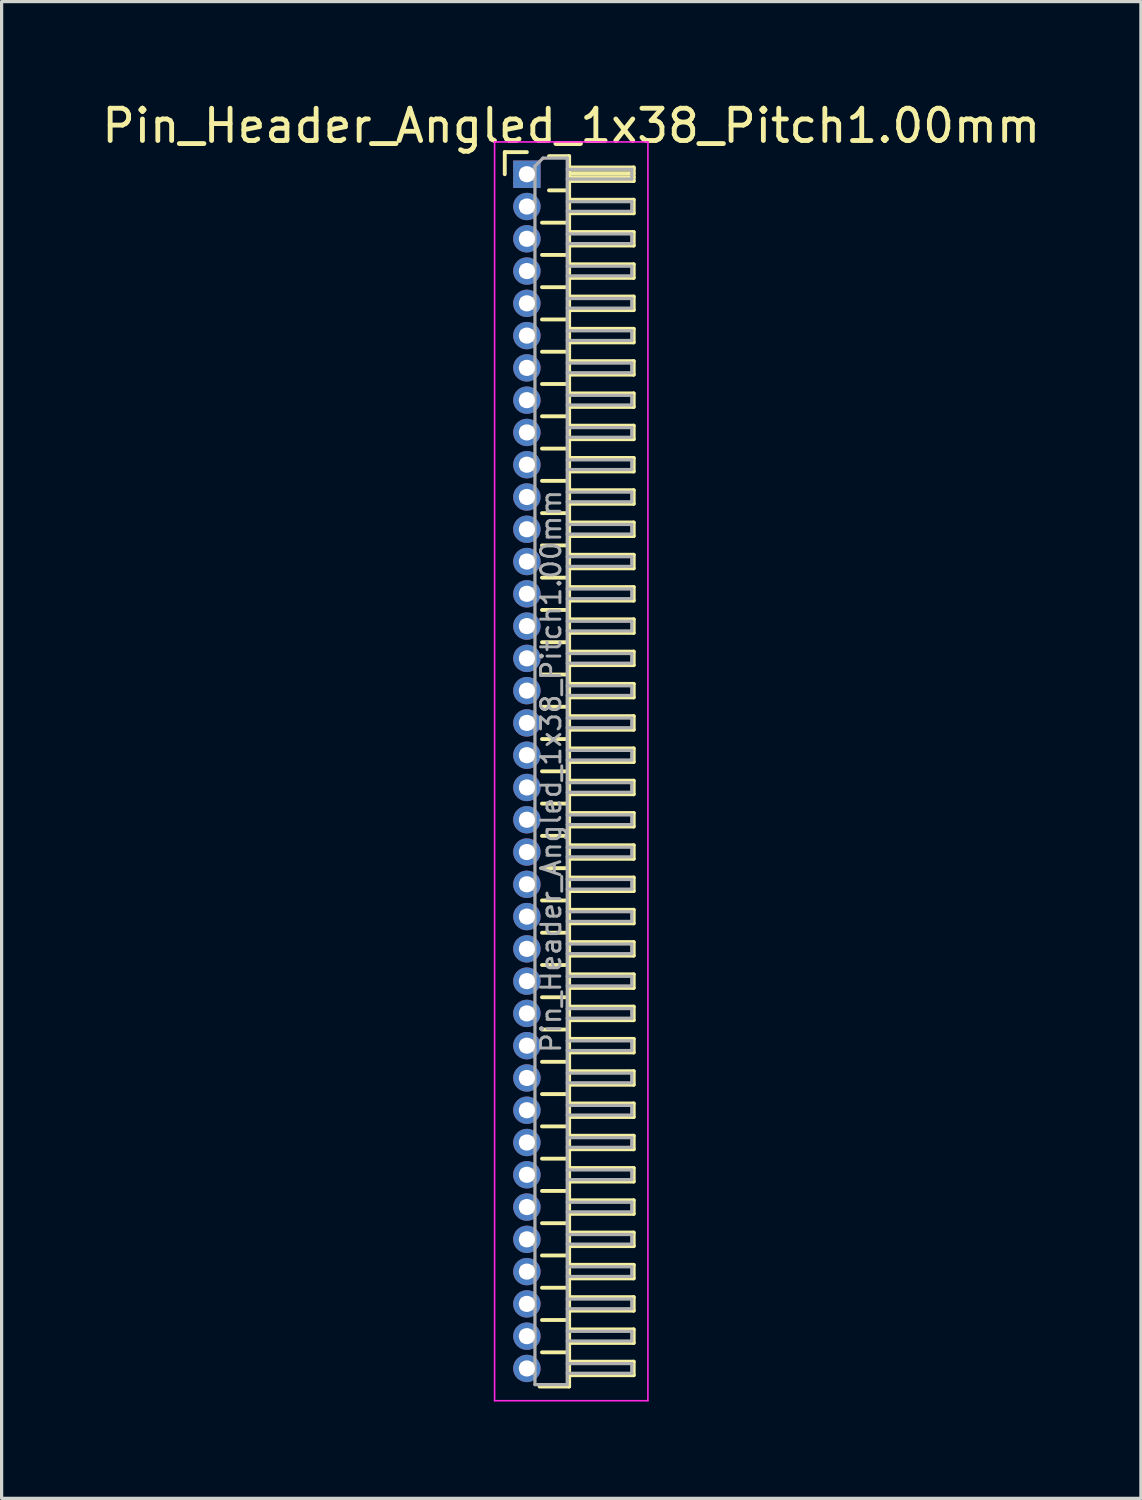
<source format=kicad_pcb>
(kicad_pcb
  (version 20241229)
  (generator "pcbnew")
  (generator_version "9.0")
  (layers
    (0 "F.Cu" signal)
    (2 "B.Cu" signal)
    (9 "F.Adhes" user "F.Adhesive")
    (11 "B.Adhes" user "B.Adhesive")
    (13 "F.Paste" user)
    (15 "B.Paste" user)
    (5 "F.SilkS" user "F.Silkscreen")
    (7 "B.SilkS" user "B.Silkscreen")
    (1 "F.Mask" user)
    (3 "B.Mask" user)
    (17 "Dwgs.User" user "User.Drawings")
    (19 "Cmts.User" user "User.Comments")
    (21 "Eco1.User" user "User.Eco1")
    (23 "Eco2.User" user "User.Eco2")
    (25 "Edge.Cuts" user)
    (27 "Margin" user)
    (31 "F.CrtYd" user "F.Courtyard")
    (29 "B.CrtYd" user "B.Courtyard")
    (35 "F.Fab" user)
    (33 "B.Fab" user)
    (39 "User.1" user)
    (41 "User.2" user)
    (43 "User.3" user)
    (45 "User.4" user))
  (footprint "Pin_Header_Angled_1x38_Pitch1.00mm"
    (layer "F.Cu")
    (at 13.274 2.348)
    (property "Reference" "Pin_Header_Angled_1x38_Pitch1.00mm" (at 1.375 -1.5 0) (layer "F.SilkS") (effects (font (size 1 1) (thickness 0.15))))
    (attr through_hole)
    (fp_line (start -0.685 -0.685) (end 0 -0.685) (stroke (width 0.12) (type solid)) (layer "F.SilkS"))
    (fp_line (start -0.685 0) (end -0.685 -0.685) (stroke (width 0.12) (type solid)) (layer "F.SilkS"))
    (fp_line (start 0.468 1.5) (end 1.31 1.5) (stroke (width 0.12) (type solid)) (layer "F.SilkS"))
    (fp_line (start 0.468 2.5) (end 1.31 2.5) (stroke (width 0.12) (type solid)) (layer "F.SilkS"))
    (fp_line (start 0.468 3.5) (end 1.31 3.5) (stroke (width 0.12) (type solid)) (layer "F.SilkS"))
    (fp_line (start 0.468 4.5) (end 1.31 4.5) (stroke (width 0.12) (type solid)) (layer "F.SilkS"))
    (fp_line (start 0.468 5.5) (end 1.31 5.5) (stroke (width 0.12) (type solid)) (layer "F.SilkS"))
    (fp_line (start 0.468 6.5) (end 1.31 6.5) (stroke (width 0.12) (type solid)) (layer "F.SilkS"))
    (fp_line (start 0.468 7.5) (end 1.31 7.5) (stroke (width 0.12) (type solid)) (layer "F.SilkS"))
    (fp_line (start 0.468 8.5) (end 1.31 8.5) (stroke (width 0.12) (type solid)) (layer "F.SilkS"))
    (fp_line (start 0.468 9.5) (end 1.31 9.5) (stroke (width 0.12) (type solid)) (layer "F.SilkS"))
    (fp_line (start 0.468 10.5) (end 1.31 10.5) (stroke (width 0.12) (type solid)) (layer "F.SilkS"))
    (fp_line (start 0.468 11.5) (end 1.31 11.5) (stroke (width 0.12) (type solid)) (layer "F.SilkS"))
    (fp_line (start 0.468 12.5) (end 1.31 12.5) (stroke (width 0.12) (type solid)) (layer "F.SilkS"))
    (fp_line (start 0.468 13.5) (end 1.31 13.5) (stroke (width 0.12) (type solid)) (layer "F.SilkS"))
    (fp_line (start 0.468 14.5) (end 1.31 14.5) (stroke (width 0.12) (type solid)) (layer "F.SilkS"))
    (fp_line (start 0.468 15.5) (end 1.31 15.5) (stroke (width 0.12) (type solid)) (layer "F.SilkS"))
    (fp_line (start 0.468 16.5) (end 1.31 16.5) (stroke (width 0.12) (type solid)) (layer "F.SilkS"))
    (fp_line (start 0.468 17.5) (end 1.31 17.5) (stroke (width 0.12) (type solid)) (layer "F.SilkS"))
    (fp_line (start 0.468 18.5) (end 1.31 18.5) (stroke (width 0.12) (type solid)) (layer "F.SilkS"))
    (fp_line (start 0.468 19.5) (end 1.31 19.5) (stroke (width 0.12) (type solid)) (layer "F.SilkS"))
    (fp_line (start 0.468 20.5) (end 1.31 20.5) (stroke (width 0.12) (type solid)) (layer "F.SilkS"))
    (fp_line (start 0.468 21.5) (end 1.31 21.5) (stroke (width 0.12) (type solid)) (layer "F.SilkS"))
    (fp_line (start 0.468 22.5) (end 1.31 22.5) (stroke (width 0.12) (type solid)) (layer "F.SilkS"))
    (fp_line (start 0.468 23.5) (end 1.31 23.5) (stroke (width 0.12) (type solid)) (layer "F.SilkS"))
    (fp_line (start 0.468 24.5) (end 1.31 24.5) (stroke (width 0.12) (type solid)) (layer "F.SilkS"))
    (fp_line (start 0.468 25.5) (end 1.31 25.5) (stroke (width 0.12) (type solid)) (layer "F.SilkS"))
    (fp_line (start 0.468 26.5) (end 1.31 26.5) (stroke (width 0.12) (type solid)) (layer "F.SilkS"))
    (fp_line (start 0.468 27.5) (end 1.31 27.5) (stroke (width 0.12) (type solid)) (layer "F.SilkS"))
    (fp_line (start 0.468 28.5) (end 1.31 28.5) (stroke (width 0.12) (type solid)) (layer "F.SilkS"))
    (fp_line (start 0.468 29.5) (end 1.31 29.5) (stroke (width 0.12) (type solid)) (layer "F.SilkS"))
    (fp_line (start 0.468 30.5) (end 1.31 30.5) (stroke (width 0.12) (type solid)) (layer "F.SilkS"))
    (fp_line (start 0.468 31.5) (end 1.31 31.5) (stroke (width 0.12) (type solid)) (layer "F.SilkS"))
    (fp_line (start 0.468 32.5) (end 1.31 32.5) (stroke (width 0.12) (type solid)) (layer "F.SilkS"))
    (fp_line (start 0.468 33.5) (end 1.31 33.5) (stroke (width 0.12) (type solid)) (layer "F.SilkS"))
    (fp_line (start 0.468 34.5) (end 1.31 34.5) (stroke (width 0.12) (type solid)) (layer "F.SilkS"))
    (fp_line (start 0.468 35.5) (end 1.31 35.5) (stroke (width 0.12) (type solid)) (layer "F.SilkS"))
    (fp_line (start 0.468 36.5) (end 1.31 36.5) (stroke (width 0.12) (type solid)) (layer "F.SilkS"))
    (fp_line (start 0.685 -0.56) (end 1.31 -0.56) (stroke (width 0.12) (type solid)) (layer "F.SilkS"))
    (fp_line (start 0.685 0.5) (end 1.31 0.5) (stroke (width 0.12) (type solid)) (layer "F.SilkS"))
    (fp_line (start 1.31 -0.56) (end 1.31 37.56) (stroke (width 0.12) (type solid)) (layer "F.SilkS"))
    (fp_line (start 1.31 -0.21) (end 3.31 -0.21) (stroke (width 0.12) (type solid)) (layer "F.SilkS"))
    (fp_line (start 1.31 -0.15) (end 3.31 -0.15) (stroke (width 0.12) (type solid)) (layer "F.SilkS"))
    (fp_line (start 1.31 -0.03) (end 3.31 -0.03) (stroke (width 0.12) (type solid)) (layer "F.SilkS"))
    (fp_line (start 1.31 0.09) (end 3.31 0.09) (stroke (width 0.12) (type solid)) (layer "F.SilkS"))
    (fp_line (start 1.31 0.79) (end 3.31 0.79) (stroke (width 0.12) (type solid)) (layer "F.SilkS"))
    (fp_line (start 1.31 1.79) (end 3.31 1.79) (stroke (width 0.12) (type solid)) (layer "F.SilkS"))
    (fp_line (start 1.31 2.79) (end 3.31 2.79) (stroke (width 0.12) (type solid)) (layer "F.SilkS"))
    (fp_line (start 1.31 3.79) (end 3.31 3.79) (stroke (width 0.12) (type solid)) (layer "F.SilkS"))
    (fp_line (start 1.31 4.79) (end 3.31 4.79) (stroke (width 0.12) (type solid)) (layer "F.SilkS"))
    (fp_line (start 1.31 5.79) (end 3.31 5.79) (stroke (width 0.12) (type solid)) (layer "F.SilkS"))
    (fp_line (start 1.31 6.79) (end 3.31 6.79) (stroke (width 0.12) (type solid)) (layer "F.SilkS"))
    (fp_line (start 1.31 7.79) (end 3.31 7.79) (stroke (width 0.12) (type solid)) (layer "F.SilkS"))
    (fp_line (start 1.31 8.79) (end 3.31 8.79) (stroke (width 0.12) (type solid)) (layer "F.SilkS"))
    (fp_line (start 1.31 9.79) (end 3.31 9.79) (stroke (width 0.12) (type solid)) (layer "F.SilkS"))
    (fp_line (start 1.31 10.79) (end 3.31 10.79) (stroke (width 0.12) (type solid)) (layer "F.SilkS"))
    (fp_line (start 1.31 11.79) (end 3.31 11.79) (stroke (width 0.12) (type solid)) (layer "F.SilkS"))
    (fp_line (start 1.31 12.79) (end 3.31 12.79) (stroke (width 0.12) (type solid)) (layer "F.SilkS"))
    (fp_line (start 1.31 13.79) (end 3.31 13.79) (stroke (width 0.12) (type solid)) (layer "F.SilkS"))
    (fp_line (start 1.31 14.79) (end 3.31 14.79) (stroke (width 0.12) (type solid)) (layer "F.SilkS"))
    (fp_line (start 1.31 15.79) (end 3.31 15.79) (stroke (width 0.12) (type solid)) (layer "F.SilkS"))
    (fp_line (start 1.31 16.79) (end 3.31 16.79) (stroke (width 0.12) (type solid)) (layer "F.SilkS"))
    (fp_line (start 1.31 17.79) (end 3.31 17.79) (stroke (width 0.12) (type solid)) (layer "F.SilkS"))
    (fp_line (start 1.31 18.79) (end 3.31 18.79) (stroke (width 0.12) (type solid)) (layer "F.SilkS"))
    (fp_line (start 1.31 19.79) (end 3.31 19.79) (stroke (width 0.12) (type solid)) (layer "F.SilkS"))
    (fp_line (start 1.31 20.79) (end 3.31 20.79) (stroke (width 0.12) (type solid)) (layer "F.SilkS"))
    (fp_line (start 1.31 21.79) (end 3.31 21.79) (stroke (width 0.12) (type solid)) (layer "F.SilkS"))
    (fp_line (start 1.31 22.79) (end 3.31 22.79) (stroke (width 0.12) (type solid)) (layer "F.SilkS"))
    (fp_line (start 1.31 23.79) (end 3.31 23.79) (stroke (width 0.12) (type solid)) (layer "F.SilkS"))
    (fp_line (start 1.31 24.79) (end 3.31 24.79) (stroke (width 0.12) (type solid)) (layer "F.SilkS"))
    (fp_line (start 1.31 25.79) (end 3.31 25.79) (stroke (width 0.12) (type solid)) (layer "F.SilkS"))
    (fp_line (start 1.31 26.79) (end 3.31 26.79) (stroke (width 0.12) (type solid)) (layer "F.SilkS"))
    (fp_line (start 1.31 27.79) (end 3.31 27.79) (stroke (width 0.12) (type solid)) (layer "F.SilkS"))
    (fp_line (start 1.31 28.79) (end 3.31 28.79) (stroke (width 0.12) (type solid)) (layer "F.SilkS"))
    (fp_line (start 1.31 29.79) (end 3.31 29.79) (stroke (width 0.12) (type solid)) (layer "F.SilkS"))
    (fp_line (start 1.31 30.79) (end 3.31 30.79) (stroke (width 0.12) (type solid)) (layer "F.SilkS"))
    (fp_line (start 1.31 31.79) (end 3.31 31.79) (stroke (width 0.12) (type solid)) (layer "F.SilkS"))
    (fp_line (start 1.31 32.79) (end 3.31 32.79) (stroke (width 0.12) (type solid)) (layer "F.SilkS"))
    (fp_line (start 1.31 33.79) (end 3.31 33.79) (stroke (width 0.12) (type solid)) (layer "F.SilkS"))
    (fp_line (start 1.31 34.79) (end 3.31 34.79) (stroke (width 0.12) (type solid)) (layer "F.SilkS"))
    (fp_line (start 1.31 35.79) (end 3.31 35.79) (stroke (width 0.12) (type solid)) (layer "F.SilkS"))
    (fp_line (start 1.31 36.79) (end 3.31 36.79) (stroke (width 0.12) (type solid)) (layer "F.SilkS"))
    (fp_line (start 1.31 37.56) (end 0.394 37.56) (stroke (width 0.12) (type solid)) (layer "F.SilkS"))
    (fp_line (start 3.31 -0.21) (end 3.31 0.21) (stroke (width 0.12) (type solid)) (layer "F.SilkS"))
    (fp_line (start 3.31 0.21) (end 1.31 0.21) (stroke (width 0.12) (type solid)) (layer "F.SilkS"))
    (fp_line (start 3.31 0.79) (end 3.31 1.21) (stroke (width 0.12) (type solid)) (layer "F.SilkS"))
    (fp_line (start 3.31 1.21) (end 1.31 1.21) (stroke (width 0.12) (type solid)) (layer "F.SilkS"))
    (fp_line (start 3.31 1.79) (end 3.31 2.21) (stroke (width 0.12) (type solid)) (layer "F.SilkS"))
    (fp_line (start 3.31 2.21) (end 1.31 2.21) (stroke (width 0.12) (type solid)) (layer "F.SilkS"))
    (fp_line (start 3.31 2.79) (end 3.31 3.21) (stroke (width 0.12) (type solid)) (layer "F.SilkS"))
    (fp_line (start 3.31 3.21) (end 1.31 3.21) (stroke (width 0.12) (type solid)) (layer "F.SilkS"))
    (fp_line (start 3.31 3.79) (end 3.31 4.21) (stroke (width 0.12) (type solid)) (layer "F.SilkS"))
    (fp_line (start 3.31 4.21) (end 1.31 4.21) (stroke (width 0.12) (type solid)) (layer "F.SilkS"))
    (fp_line (start 3.31 4.79) (end 3.31 5.21) (stroke (width 0.12) (type solid)) (layer "F.SilkS"))
    (fp_line (start 3.31 5.21) (end 1.31 5.21) (stroke (width 0.12) (type solid)) (layer "F.SilkS"))
    (fp_line (start 3.31 5.79) (end 3.31 6.21) (stroke (width 0.12) (type solid)) (layer "F.SilkS"))
    (fp_line (start 3.31 6.21) (end 1.31 6.21) (stroke (width 0.12) (type solid)) (layer "F.SilkS"))
    (fp_line (start 3.31 6.79) (end 3.31 7.21) (stroke (width 0.12) (type solid)) (layer "F.SilkS"))
    (fp_line (start 3.31 7.21) (end 1.31 7.21) (stroke (width 0.12) (type solid)) (layer "F.SilkS"))
    (fp_line (start 3.31 7.79) (end 3.31 8.21) (stroke (width 0.12) (type solid)) (layer "F.SilkS"))
    (fp_line (start 3.31 8.21) (end 1.31 8.21) (stroke (width 0.12) (type solid)) (layer "F.SilkS"))
    (fp_line (start 3.31 8.79) (end 3.31 9.21) (stroke (width 0.12) (type solid)) (layer "F.SilkS"))
    (fp_line (start 3.31 9.21) (end 1.31 9.21) (stroke (width 0.12) (type solid)) (layer "F.SilkS"))
    (fp_line (start 3.31 9.79) (end 3.31 10.21) (stroke (width 0.12) (type solid)) (layer "F.SilkS"))
    (fp_line (start 3.31 10.21) (end 1.31 10.21) (stroke (width 0.12) (type solid)) (layer "F.SilkS"))
    (fp_line (start 3.31 10.79) (end 3.31 11.21) (stroke (width 0.12) (type solid)) (layer "F.SilkS"))
    (fp_line (start 3.31 11.21) (end 1.31 11.21) (stroke (width 0.12) (type solid)) (layer "F.SilkS"))
    (fp_line (start 3.31 11.79) (end 3.31 12.21) (stroke (width 0.12) (type solid)) (layer "F.SilkS"))
    (fp_line (start 3.31 12.21) (end 1.31 12.21) (stroke (width 0.12) (type solid)) (layer "F.SilkS"))
    (fp_line (start 3.31 12.79) (end 3.31 13.21) (stroke (width 0.12) (type solid)) (layer "F.SilkS"))
    (fp_line (start 3.31 13.21) (end 1.31 13.21) (stroke (width 0.12) (type solid)) (layer "F.SilkS"))
    (fp_line (start 3.31 13.79) (end 3.31 14.21) (stroke (width 0.12) (type solid)) (layer "F.SilkS"))
    (fp_line (start 3.31 14.21) (end 1.31 14.21) (stroke (width 0.12) (type solid)) (layer "F.SilkS"))
    (fp_line (start 3.31 14.79) (end 3.31 15.21) (stroke (width 0.12) (type solid)) (layer "F.SilkS"))
    (fp_line (start 3.31 15.21) (end 1.31 15.21) (stroke (width 0.12) (type solid)) (layer "F.SilkS"))
    (fp_line (start 3.31 15.79) (end 3.31 16.21) (stroke (width 0.12) (type solid)) (layer "F.SilkS"))
    (fp_line (start 3.31 16.21) (end 1.31 16.21) (stroke (width 0.12) (type solid)) (layer "F.SilkS"))
    (fp_line (start 3.31 16.79) (end 3.31 17.21) (stroke (width 0.12) (type solid)) (layer "F.SilkS"))
    (fp_line (start 3.31 17.21) (end 1.31 17.21) (stroke (width 0.12) (type solid)) (layer "F.SilkS"))
    (fp_line (start 3.31 17.79) (end 3.31 18.21) (stroke (width 0.12) (type solid)) (layer "F.SilkS"))
    (fp_line (start 3.31 18.21) (end 1.31 18.21) (stroke (width 0.12) (type solid)) (layer "F.SilkS"))
    (fp_line (start 3.31 18.79) (end 3.31 19.21) (stroke (width 0.12) (type solid)) (layer "F.SilkS"))
    (fp_line (start 3.31 19.21) (end 1.31 19.21) (stroke (width 0.12) (type solid)) (layer "F.SilkS"))
    (fp_line (start 3.31 19.79) (end 3.31 20.21) (stroke (width 0.12) (type solid)) (layer "F.SilkS"))
    (fp_line (start 3.31 20.21) (end 1.31 20.21) (stroke (width 0.12) (type solid)) (layer "F.SilkS"))
    (fp_line (start 3.31 20.79) (end 3.31 21.21) (stroke (width 0.12) (type solid)) (layer "F.SilkS"))
    (fp_line (start 3.31 21.21) (end 1.31 21.21) (stroke (width 0.12) (type solid)) (layer "F.SilkS"))
    (fp_line (start 3.31 21.79) (end 3.31 22.21) (stroke (width 0.12) (type solid)) (layer "F.SilkS"))
    (fp_line (start 3.31 22.21) (end 1.31 22.21) (stroke (width 0.12) (type solid)) (layer "F.SilkS"))
    (fp_line (start 3.31 22.79) (end 3.31 23.21) (stroke (width 0.12) (type solid)) (layer "F.SilkS"))
    (fp_line (start 3.31 23.21) (end 1.31 23.21) (stroke (width 0.12) (type solid)) (layer "F.SilkS"))
    (fp_line (start 3.31 23.79) (end 3.31 24.21) (stroke (width 0.12) (type solid)) (layer "F.SilkS"))
    (fp_line (start 3.31 24.21) (end 1.31 24.21) (stroke (width 0.12) (type solid)) (layer "F.SilkS"))
    (fp_line (start 3.31 24.79) (end 3.31 25.21) (stroke (width 0.12) (type solid)) (layer "F.SilkS"))
    (fp_line (start 3.31 25.21) (end 1.31 25.21) (stroke (width 0.12) (type solid)) (layer "F.SilkS"))
    (fp_line (start 3.31 25.79) (end 3.31 26.21) (stroke (width 0.12) (type solid)) (layer "F.SilkS"))
    (fp_line (start 3.31 26.21) (end 1.31 26.21) (stroke (width 0.12) (type solid)) (layer "F.SilkS"))
    (fp_line (start 3.31 26.79) (end 3.31 27.21) (stroke (width 0.12) (type solid)) (layer "F.SilkS"))
    (fp_line (start 3.31 27.21) (end 1.31 27.21) (stroke (width 0.12) (type solid)) (layer "F.SilkS"))
    (fp_line (start 3.31 27.79) (end 3.31 28.21) (stroke (width 0.12) (type solid)) (layer "F.SilkS"))
    (fp_line (start 3.31 28.21) (end 1.31 28.21) (stroke (width 0.12) (type solid)) (layer "F.SilkS"))
    (fp_line (start 3.31 28.79) (end 3.31 29.21) (stroke (width 0.12) (type solid)) (layer "F.SilkS"))
    (fp_line (start 3.31 29.21) (end 1.31 29.21) (stroke (width 0.12) (type solid)) (layer "F.SilkS"))
    (fp_line (start 3.31 29.79) (end 3.31 30.21) (stroke (width 0.12) (type solid)) (layer "F.SilkS"))
    (fp_line (start 3.31 30.21) (end 1.31 30.21) (stroke (width 0.12) (type solid)) (layer "F.SilkS"))
    (fp_line (start 3.31 30.79) (end 3.31 31.21) (stroke (width 0.12) (type solid)) (layer "F.SilkS"))
    (fp_line (start 3.31 31.21) (end 1.31 31.21) (stroke (width 0.12) (type solid)) (layer "F.SilkS"))
    (fp_line (start 3.31 31.79) (end 3.31 32.21) (stroke (width 0.12) (type solid)) (layer "F.SilkS"))
    (fp_line (start 3.31 32.21) (end 1.31 32.21) (stroke (width 0.12) (type solid)) (layer "F.SilkS"))
    (fp_line (start 3.31 32.79) (end 3.31 33.21) (stroke (width 0.12) (type solid)) (layer "F.SilkS"))
    (fp_line (start 3.31 33.21) (end 1.31 33.21) (stroke (width 0.12) (type solid)) (layer "F.SilkS"))
    (fp_line (start 3.31 33.79) (end 3.31 34.21) (stroke (width 0.12) (type solid)) (layer "F.SilkS"))
    (fp_line (start 3.31 34.21) (end 1.31 34.21) (stroke (width 0.12) (type solid)) (layer "F.SilkS"))
    (fp_line (start 3.31 34.79) (end 3.31 35.21) (stroke (width 0.12) (type solid)) (layer "F.SilkS"))
    (fp_line (start 3.31 35.21) (end 1.31 35.21) (stroke (width 0.12) (type solid)) (layer "F.SilkS"))
    (fp_line (start 3.31 35.79) (end 3.31 36.21) (stroke (width 0.12) (type solid)) (layer "F.SilkS"))
    (fp_line (start 3.31 36.21) (end 1.31 36.21) (stroke (width 0.12) (type solid)) (layer "F.SilkS"))
    (fp_line (start 3.31 36.79) (end 3.31 37.21) (stroke (width 0.12) (type solid)) (layer "F.SilkS"))
    (fp_line (start 3.31 37.21) (end 1.31 37.21) (stroke (width 0.12) (type solid)) (layer "F.SilkS"))
    (fp_line (start -1 -1) (end -1 38) (stroke (width 0.05) (type solid)) (layer "F.CrtYd"))
    (fp_line (start -1 38) (end 3.75 38) (stroke (width 0.05) (type solid)) (layer "F.CrtYd"))
    (fp_line (start 3.75 -1) (end -1 -1) (stroke (width 0.05) (type solid)) (layer "F.CrtYd"))
    (fp_line (start 3.75 38) (end 3.75 -1) (stroke (width 0.05) (type solid)) (layer "F.CrtYd"))
    (fp_line (start -0.15 -0.15) (end -0.15 0.15) (stroke (width 0.1) (type solid)) (layer "F.Fab"))
    (fp_line (start -0.15 -0.15) (end 0.25 -0.15) (stroke (width 0.1) (type solid)) (layer "F.Fab"))
    (fp_line (start -0.15 0.15) (end 0.25 0.15) (stroke (width 0.1) (type solid)) (layer "F.Fab"))
    (fp_line (start -0.15 0.85) (end -0.15 1.15) (stroke (width 0.1) (type solid)) (layer "F.Fab"))
    (fp_line (start -0.15 0.85) (end 0.25 0.85) (stroke (width 0.1) (type solid)) (layer "F.Fab"))
    (fp_line (start -0.15 1.15) (end 0.25 1.15) (stroke (width 0.1) (type solid)) (layer "F.Fab"))
    (fp_line (start -0.15 1.85) (end -0.15 2.15) (stroke (width 0.1) (type solid)) (layer "F.Fab"))
    (fp_line (start -0.15 1.85) (end 0.25 1.85) (stroke (width 0.1) (type solid)) (layer "F.Fab"))
    (fp_line (start -0.15 2.15) (end 0.25 2.15) (stroke (width 0.1) (type solid)) (layer "F.Fab"))
    (fp_line (start -0.15 2.85) (end -0.15 3.15) (stroke (width 0.1) (type solid)) (layer "F.Fab"))
    (fp_line (start -0.15 2.85) (end 0.25 2.85) (stroke (width 0.1) (type solid)) (layer "F.Fab"))
    (fp_line (start -0.15 3.15) (end 0.25 3.15) (stroke (width 0.1) (type solid)) (layer "F.Fab"))
    (fp_line (start -0.15 3.85) (end -0.15 4.15) (stroke (width 0.1) (type solid)) (layer "F.Fab"))
    (fp_line (start -0.15 3.85) (end 0.25 3.85) (stroke (width 0.1) (type solid)) (layer "F.Fab"))
    (fp_line (start -0.15 4.15) (end 0.25 4.15) (stroke (width 0.1) (type solid)) (layer "F.Fab"))
    (fp_line (start -0.15 4.85) (end -0.15 5.15) (stroke (width 0.1) (type solid)) (layer "F.Fab"))
    (fp_line (start -0.15 4.85) (end 0.25 4.85) (stroke (width 0.1) (type solid)) (layer "F.Fab"))
    (fp_line (start -0.15 5.15) (end 0.25 5.15) (stroke (width 0.1) (type solid)) (layer "F.Fab"))
    (fp_line (start -0.15 5.85) (end -0.15 6.15) (stroke (width 0.1) (type solid)) (layer "F.Fab"))
    (fp_line (start -0.15 5.85) (end 0.25 5.85) (stroke (width 0.1) (type solid)) (layer "F.Fab"))
    (fp_line (start -0.15 6.15) (end 0.25 6.15) (stroke (width 0.1) (type solid)) (layer "F.Fab"))
    (fp_line (start -0.15 6.85) (end -0.15 7.15) (stroke (width 0.1) (type solid)) (layer "F.Fab"))
    (fp_line (start -0.15 6.85) (end 0.25 6.85) (stroke (width 0.1) (type solid)) (layer "F.Fab"))
    (fp_line (start -0.15 7.15) (end 0.25 7.15) (stroke (width 0.1) (type solid)) (layer "F.Fab"))
    (fp_line (start -0.15 7.85) (end -0.15 8.15) (stroke (width 0.1) (type solid)) (layer "F.Fab"))
    (fp_line (start -0.15 7.85) (end 0.25 7.85) (stroke (width 0.1) (type solid)) (layer "F.Fab"))
    (fp_line (start -0.15 8.15) (end 0.25 8.15) (stroke (width 0.1) (type solid)) (layer "F.Fab"))
    (fp_line (start -0.15 8.85) (end -0.15 9.15) (stroke (width 0.1) (type solid)) (layer "F.Fab"))
    (fp_line (start -0.15 8.85) (end 0.25 8.85) (stroke (width 0.1) (type solid)) (layer "F.Fab"))
    (fp_line (start -0.15 9.15) (end 0.25 9.15) (stroke (width 0.1) (type solid)) (layer "F.Fab"))
    (fp_line (start -0.15 9.85) (end -0.15 10.15) (stroke (width 0.1) (type solid)) (layer "F.Fab"))
    (fp_line (start -0.15 9.85) (end 0.25 9.85) (stroke (width 0.1) (type solid)) (layer "F.Fab"))
    (fp_line (start -0.15 10.15) (end 0.25 10.15) (stroke (width 0.1) (type solid)) (layer "F.Fab"))
    (fp_line (start -0.15 10.85) (end -0.15 11.15) (stroke (width 0.1) (type solid)) (layer "F.Fab"))
    (fp_line (start -0.15 10.85) (end 0.25 10.85) (stroke (width 0.1) (type solid)) (layer "F.Fab"))
    (fp_line (start -0.15 11.15) (end 0.25 11.15) (stroke (width 0.1) (type solid)) (layer "F.Fab"))
    (fp_line (start -0.15 11.85) (end -0.15 12.15) (stroke (width 0.1) (type solid)) (layer "F.Fab"))
    (fp_line (start -0.15 11.85) (end 0.25 11.85) (stroke (width 0.1) (type solid)) (layer "F.Fab"))
    (fp_line (start -0.15 12.15) (end 0.25 12.15) (stroke (width 0.1) (type solid)) (layer "F.Fab"))
    (fp_line (start -0.15 12.85) (end -0.15 13.15) (stroke (width 0.1) (type solid)) (layer "F.Fab"))
    (fp_line (start -0.15 12.85) (end 0.25 12.85) (stroke (width 0.1) (type solid)) (layer "F.Fab"))
    (fp_line (start -0.15 13.15) (end 0.25 13.15) (stroke (width 0.1) (type solid)) (layer "F.Fab"))
    (fp_line (start -0.15 13.85) (end -0.15 14.15) (stroke (width 0.1) (type solid)) (layer "F.Fab"))
    (fp_line (start -0.15 13.85) (end 0.25 13.85) (stroke (width 0.1) (type solid)) (layer "F.Fab"))
    (fp_line (start -0.15 14.15) (end 0.25 14.15) (stroke (width 0.1) (type solid)) (layer "F.Fab"))
    (fp_line (start -0.15 14.85) (end -0.15 15.15) (stroke (width 0.1) (type solid)) (layer "F.Fab"))
    (fp_line (start -0.15 14.85) (end 0.25 14.85) (stroke (width 0.1) (type solid)) (layer "F.Fab"))
    (fp_line (start -0.15 15.15) (end 0.25 15.15) (stroke (width 0.1) (type solid)) (layer "F.Fab"))
    (fp_line (start -0.15 15.85) (end -0.15 16.15) (stroke (width 0.1) (type solid)) (layer "F.Fab"))
    (fp_line (start -0.15 15.85) (end 0.25 15.85) (stroke (width 0.1) (type solid)) (layer "F.Fab"))
    (fp_line (start -0.15 16.15) (end 0.25 16.15) (stroke (width 0.1) (type solid)) (layer "F.Fab"))
    (fp_line (start -0.15 16.85) (end -0.15 17.15) (stroke (width 0.1) (type solid)) (layer "F.Fab"))
    (fp_line (start -0.15 16.85) (end 0.25 16.85) (stroke (width 0.1) (type solid)) (layer "F.Fab"))
    (fp_line (start -0.15 17.15) (end 0.25 17.15) (stroke (width 0.1) (type solid)) (layer "F.Fab"))
    (fp_line (start -0.15 17.85) (end -0.15 18.15) (stroke (width 0.1) (type solid)) (layer "F.Fab"))
    (fp_line (start -0.15 17.85) (end 0.25 17.85) (stroke (width 0.1) (type solid)) (layer "F.Fab"))
    (fp_line (start -0.15 18.15) (end 0.25 18.15) (stroke (width 0.1) (type solid)) (layer "F.Fab"))
    (fp_line (start -0.15 18.85) (end -0.15 19.15) (stroke (width 0.1) (type solid)) (layer "F.Fab"))
    (fp_line (start -0.15 18.85) (end 0.25 18.85) (stroke (width 0.1) (type solid)) (layer "F.Fab"))
    (fp_line (start -0.15 19.15) (end 0.25 19.15) (stroke (width 0.1) (type solid)) (layer "F.Fab"))
    (fp_line (start -0.15 19.85) (end -0.15 20.15) (stroke (width 0.1) (type solid)) (layer "F.Fab"))
    (fp_line (start -0.15 19.85) (end 0.25 19.85) (stroke (width 0.1) (type solid)) (layer "F.Fab"))
    (fp_line (start -0.15 20.15) (end 0.25 20.15) (stroke (width 0.1) (type solid)) (layer "F.Fab"))
    (fp_line (start -0.15 20.85) (end -0.15 21.15) (stroke (width 0.1) (type solid)) (layer "F.Fab"))
    (fp_line (start -0.15 20.85) (end 0.25 20.85) (stroke (width 0.1) (type solid)) (layer "F.Fab"))
    (fp_line (start -0.15 21.15) (end 0.25 21.15) (stroke (width 0.1) (type solid)) (layer "F.Fab"))
    (fp_line (start -0.15 21.85) (end -0.15 22.15) (stroke (width 0.1) (type solid)) (layer "F.Fab"))
    (fp_line (start -0.15 21.85) (end 0.25 21.85) (stroke (width 0.1) (type solid)) (layer "F.Fab"))
    (fp_line (start -0.15 22.15) (end 0.25 22.15) (stroke (width 0.1) (type solid)) (layer "F.Fab"))
    (fp_line (start -0.15 22.85) (end -0.15 23.15) (stroke (width 0.1) (type solid)) (layer "F.Fab"))
    (fp_line (start -0.15 22.85) (end 0.25 22.85) (stroke (width 0.1) (type solid)) (layer "F.Fab"))
    (fp_line (start -0.15 23.15) (end 0.25 23.15) (stroke (width 0.1) (type solid)) (layer "F.Fab"))
    (fp_line (start -0.15 23.85) (end -0.15 24.15) (stroke (width 0.1) (type solid)) (layer "F.Fab"))
    (fp_line (start -0.15 23.85) (end 0.25 23.85) (stroke (width 0.1) (type solid)) (layer "F.Fab"))
    (fp_line (start -0.15 24.15) (end 0.25 24.15) (stroke (width 0.1) (type solid)) (layer "F.Fab"))
    (fp_line (start -0.15 24.85) (end -0.15 25.15) (stroke (width 0.1) (type solid)) (layer "F.Fab"))
    (fp_line (start -0.15 24.85) (end 0.25 24.85) (stroke (width 0.1) (type solid)) (layer "F.Fab"))
    (fp_line (start -0.15 25.15) (end 0.25 25.15) (stroke (width 0.1) (type solid)) (layer "F.Fab"))
    (fp_line (start -0.15 25.85) (end -0.15 26.15) (stroke (width 0.1) (type solid)) (layer "F.Fab"))
    (fp_line (start -0.15 25.85) (end 0.25 25.85) (stroke (width 0.1) (type solid)) (layer "F.Fab"))
    (fp_line (start -0.15 26.15) (end 0.25 26.15) (stroke (width 0.1) (type solid)) (layer "F.Fab"))
    (fp_line (start -0.15 26.85) (end -0.15 27.15) (stroke (width 0.1) (type solid)) (layer "F.Fab"))
    (fp_line (start -0.15 26.85) (end 0.25 26.85) (stroke (width 0.1) (type solid)) (layer "F.Fab"))
    (fp_line (start -0.15 27.15) (end 0.25 27.15) (stroke (width 0.1) (type solid)) (layer "F.Fab"))
    (fp_line (start -0.15 27.85) (end -0.15 28.15) (stroke (width 0.1) (type solid)) (layer "F.Fab"))
    (fp_line (start -0.15 27.85) (end 0.25 27.85) (stroke (width 0.1) (type solid)) (layer "F.Fab"))
    (fp_line (start -0.15 28.15) (end 0.25 28.15) (stroke (width 0.1) (type solid)) (layer "F.Fab"))
    (fp_line (start -0.15 28.85) (end -0.15 29.15) (stroke (width 0.1) (type solid)) (layer "F.Fab"))
    (fp_line (start -0.15 28.85) (end 0.25 28.85) (stroke (width 0.1) (type solid)) (layer "F.Fab"))
    (fp_line (start -0.15 29.15) (end 0.25 29.15) (stroke (width 0.1) (type solid)) (layer "F.Fab"))
    (fp_line (start -0.15 29.85) (end -0.15 30.15) (stroke (width 0.1) (type solid)) (layer "F.Fab"))
    (fp_line (start -0.15 29.85) (end 0.25 29.85) (stroke (width 0.1) (type solid)) (layer "F.Fab"))
    (fp_line (start -0.15 30.15) (end 0.25 30.15) (stroke (width 0.1) (type solid)) (layer "F.Fab"))
    (fp_line (start -0.15 30.85) (end -0.15 31.15) (stroke (width 0.1) (type solid)) (layer "F.Fab"))
    (fp_line (start -0.15 30.85) (end 0.25 30.85) (stroke (width 0.1) (type solid)) (layer "F.Fab"))
    (fp_line (start -0.15 31.15) (end 0.25 31.15) (stroke (width 0.1) (type solid)) (layer "F.Fab"))
    (fp_line (start -0.15 31.85) (end -0.15 32.15) (stroke (width 0.1) (type solid)) (layer "F.Fab"))
    (fp_line (start -0.15 31.85) (end 0.25 31.85) (stroke (width 0.1) (type solid)) (layer "F.Fab"))
    (fp_line (start -0.15 32.15) (end 0.25 32.15) (stroke (width 0.1) (type solid)) (layer "F.Fab"))
    (fp_line (start -0.15 32.85) (end -0.15 33.15) (stroke (width 0.1) (type solid)) (layer "F.Fab"))
    (fp_line (start -0.15 32.85) (end 0.25 32.85) (stroke (width 0.1) (type solid)) (layer "F.Fab"))
    (fp_line (start -0.15 33.15) (end 0.25 33.15) (stroke (width 0.1) (type solid)) (layer "F.Fab"))
    (fp_line (start -0.15 33.85) (end -0.15 34.15) (stroke (width 0.1) (type solid)) (layer "F.Fab"))
    (fp_line (start -0.15 33.85) (end 0.25 33.85) (stroke (width 0.1) (type solid)) (layer "F.Fab"))
    (fp_line (start -0.15 34.15) (end 0.25 34.15) (stroke (width 0.1) (type solid)) (layer "F.Fab"))
    (fp_line (start -0.15 34.85) (end -0.15 35.15) (stroke (width 0.1) (type solid)) (layer "F.Fab"))
    (fp_line (start -0.15 34.85) (end 0.25 34.85) (stroke (width 0.1) (type solid)) (layer "F.Fab"))
    (fp_line (start -0.15 35.15) (end 0.25 35.15) (stroke (width 0.1) (type solid)) (layer "F.Fab"))
    (fp_line (start -0.15 35.85) (end -0.15 36.15) (stroke (width 0.1) (type solid)) (layer "F.Fab"))
    (fp_line (start -0.15 35.85) (end 0.25 35.85) (stroke (width 0.1) (type solid)) (layer "F.Fab"))
    (fp_line (start -0.15 36.15) (end 0.25 36.15) (stroke (width 0.1) (type solid)) (layer "F.Fab"))
    (fp_line (start -0.15 36.85) (end -0.15 37.15) (stroke (width 0.1) (type solid)) (layer "F.Fab"))
    (fp_line (start -0.15 36.85) (end 0.25 36.85) (stroke (width 0.1) (type solid)) (layer "F.Fab"))
    (fp_line (start -0.15 37.15) (end 0.25 37.15) (stroke (width 0.1) (type solid)) (layer "F.Fab"))
    (fp_line (start 0.25 -0.25) (end 0.5 -0.5) (stroke (width 0.1) (type solid)) (layer "F.Fab"))
    (fp_line (start 0.25 37.5) (end 0.25 -0.25) (stroke (width 0.1) (type solid)) (layer "F.Fab"))
    (fp_line (start 0.5 -0.5) (end 1.25 -0.5) (stroke (width 0.1) (type solid)) (layer "F.Fab"))
    (fp_line (start 1.25 -0.5) (end 1.25 37.5) (stroke (width 0.1) (type solid)) (layer "F.Fab"))
    (fp_line (start 1.25 -0.15) (end 3.25 -0.15) (stroke (width 0.1) (type solid)) (layer "F.Fab"))
    (fp_line (start 1.25 0.15) (end 3.25 0.15) (stroke (width 0.1) (type solid)) (layer "F.Fab"))
    (fp_line (start 1.25 0.85) (end 3.25 0.85) (stroke (width 0.1) (type solid)) (layer "F.Fab"))
    (fp_line (start 1.25 1.15) (end 3.25 1.15) (stroke (width 0.1) (type solid)) (layer "F.Fab"))
    (fp_line (start 1.25 1.85) (end 3.25 1.85) (stroke (width 0.1) (type solid)) (layer "F.Fab"))
    (fp_line (start 1.25 2.15) (end 3.25 2.15) (stroke (width 0.1) (type solid)) (layer "F.Fab"))
    (fp_line (start 1.25 2.85) (end 3.25 2.85) (stroke (width 0.1) (type solid)) (layer "F.Fab"))
    (fp_line (start 1.25 3.15) (end 3.25 3.15) (stroke (width 0.1) (type solid)) (layer "F.Fab"))
    (fp_line (start 1.25 3.85) (end 3.25 3.85) (stroke (width 0.1) (type solid)) (layer "F.Fab"))
    (fp_line (start 1.25 4.15) (end 3.25 4.15) (stroke (width 0.1) (type solid)) (layer "F.Fab"))
    (fp_line (start 1.25 4.85) (end 3.25 4.85) (stroke (width 0.1) (type solid)) (layer "F.Fab"))
    (fp_line (start 1.25 5.15) (end 3.25 5.15) (stroke (width 0.1) (type solid)) (layer "F.Fab"))
    (fp_line (start 1.25 5.85) (end 3.25 5.85) (stroke (width 0.1) (type solid)) (layer "F.Fab"))
    (fp_line (start 1.25 6.15) (end 3.25 6.15) (stroke (width 0.1) (type solid)) (layer "F.Fab"))
    (fp_line (start 1.25 6.85) (end 3.25 6.85) (stroke (width 0.1) (type solid)) (layer "F.Fab"))
    (fp_line (start 1.25 7.15) (end 3.25 7.15) (stroke (width 0.1) (type solid)) (layer "F.Fab"))
    (fp_line (start 1.25 7.85) (end 3.25 7.85) (stroke (width 0.1) (type solid)) (layer "F.Fab"))
    (fp_line (start 1.25 8.15) (end 3.25 8.15) (stroke (width 0.1) (type solid)) (layer "F.Fab"))
    (fp_line (start 1.25 8.85) (end 3.25 8.85) (stroke (width 0.1) (type solid)) (layer "F.Fab"))
    (fp_line (start 1.25 9.15) (end 3.25 9.15) (stroke (width 0.1) (type solid)) (layer "F.Fab"))
    (fp_line (start 1.25 9.85) (end 3.25 9.85) (stroke (width 0.1) (type solid)) (layer "F.Fab"))
    (fp_line (start 1.25 10.15) (end 3.25 10.15) (stroke (width 0.1) (type solid)) (layer "F.Fab"))
    (fp_line (start 1.25 10.85) (end 3.25 10.85) (stroke (width 0.1) (type solid)) (layer "F.Fab"))
    (fp_line (start 1.25 11.15) (end 3.25 11.15) (stroke (width 0.1) (type solid)) (layer "F.Fab"))
    (fp_line (start 1.25 11.85) (end 3.25 11.85) (stroke (width 0.1) (type solid)) (layer "F.Fab"))
    (fp_line (start 1.25 12.15) (end 3.25 12.15) (stroke (width 0.1) (type solid)) (layer "F.Fab"))
    (fp_line (start 1.25 12.85) (end 3.25 12.85) (stroke (width 0.1) (type solid)) (layer "F.Fab"))
    (fp_line (start 1.25 13.15) (end 3.25 13.15) (stroke (width 0.1) (type solid)) (layer "F.Fab"))
    (fp_line (start 1.25 13.85) (end 3.25 13.85) (stroke (width 0.1) (type solid)) (layer "F.Fab"))
    (fp_line (start 1.25 14.15) (end 3.25 14.15) (stroke (width 0.1) (type solid)) (layer "F.Fab"))
    (fp_line (start 1.25 14.85) (end 3.25 14.85) (stroke (width 0.1) (type solid)) (layer "F.Fab"))
    (fp_line (start 1.25 15.15) (end 3.25 15.15) (stroke (width 0.1) (type solid)) (layer "F.Fab"))
    (fp_line (start 1.25 15.85) (end 3.25 15.85) (stroke (width 0.1) (type solid)) (layer "F.Fab"))
    (fp_line (start 1.25 16.15) (end 3.25 16.15) (stroke (width 0.1) (type solid)) (layer "F.Fab"))
    (fp_line (start 1.25 16.85) (end 3.25 16.85) (stroke (width 0.1) (type solid)) (layer "F.Fab"))
    (fp_line (start 1.25 17.15) (end 3.25 17.15) (stroke (width 0.1) (type solid)) (layer "F.Fab"))
    (fp_line (start 1.25 17.85) (end 3.25 17.85) (stroke (width 0.1) (type solid)) (layer "F.Fab"))
    (fp_line (start 1.25 18.15) (end 3.25 18.15) (stroke (width 0.1) (type solid)) (layer "F.Fab"))
    (fp_line (start 1.25 18.85) (end 3.25 18.85) (stroke (width 0.1) (type solid)) (layer "F.Fab"))
    (fp_line (start 1.25 19.15) (end 3.25 19.15) (stroke (width 0.1) (type solid)) (layer "F.Fab"))
    (fp_line (start 1.25 19.85) (end 3.25 19.85) (stroke (width 0.1) (type solid)) (layer "F.Fab"))
    (fp_line (start 1.25 20.15) (end 3.25 20.15) (stroke (width 0.1) (type solid)) (layer "F.Fab"))
    (fp_line (start 1.25 20.85) (end 3.25 20.85) (stroke (width 0.1) (type solid)) (layer "F.Fab"))
    (fp_line (start 1.25 21.15) (end 3.25 21.15) (stroke (width 0.1) (type solid)) (layer "F.Fab"))
    (fp_line (start 1.25 21.85) (end 3.25 21.85) (stroke (width 0.1) (type solid)) (layer "F.Fab"))
    (fp_line (start 1.25 22.15) (end 3.25 22.15) (stroke (width 0.1) (type solid)) (layer "F.Fab"))
    (fp_line (start 1.25 22.85) (end 3.25 22.85) (stroke (width 0.1) (type solid)) (layer "F.Fab"))
    (fp_line (start 1.25 23.15) (end 3.25 23.15) (stroke (width 0.1) (type solid)) (layer "F.Fab"))
    (fp_line (start 1.25 23.85) (end 3.25 23.85) (stroke (width 0.1) (type solid)) (layer "F.Fab"))
    (fp_line (start 1.25 24.15) (end 3.25 24.15) (stroke (width 0.1) (type solid)) (layer "F.Fab"))
    (fp_line (start 1.25 24.85) (end 3.25 24.85) (stroke (width 0.1) (type solid)) (layer "F.Fab"))
    (fp_line (start 1.25 25.15) (end 3.25 25.15) (stroke (width 0.1) (type solid)) (layer "F.Fab"))
    (fp_line (start 1.25 25.85) (end 3.25 25.85) (stroke (width 0.1) (type solid)) (layer "F.Fab"))
    (fp_line (start 1.25 26.15) (end 3.25 26.15) (stroke (width 0.1) (type solid)) (layer "F.Fab"))
    (fp_line (start 1.25 26.85) (end 3.25 26.85) (stroke (width 0.1) (type solid)) (layer "F.Fab"))
    (fp_line (start 1.25 27.15) (end 3.25 27.15) (stroke (width 0.1) (type solid)) (layer "F.Fab"))
    (fp_line (start 1.25 27.85) (end 3.25 27.85) (stroke (width 0.1) (type solid)) (layer "F.Fab"))
    (fp_line (start 1.25 28.15) (end 3.25 28.15) (stroke (width 0.1) (type solid)) (layer "F.Fab"))
    (fp_line (start 1.25 28.85) (end 3.25 28.85) (stroke (width 0.1) (type solid)) (layer "F.Fab"))
    (fp_line (start 1.25 29.15) (end 3.25 29.15) (stroke (width 0.1) (type solid)) (layer "F.Fab"))
    (fp_line (start 1.25 29.85) (end 3.25 29.85) (stroke (width 0.1) (type solid)) (layer "F.Fab"))
    (fp_line (start 1.25 30.15) (end 3.25 30.15) (stroke (width 0.1) (type solid)) (layer "F.Fab"))
    (fp_line (start 1.25 30.85) (end 3.25 30.85) (stroke (width 0.1) (type solid)) (layer "F.Fab"))
    (fp_line (start 1.25 31.15) (end 3.25 31.15) (stroke (width 0.1) (type solid)) (layer "F.Fab"))
    (fp_line (start 1.25 31.85) (end 3.25 31.85) (stroke (width 0.1) (type solid)) (layer "F.Fab"))
    (fp_line (start 1.25 32.15) (end 3.25 32.15) (stroke (width 0.1) (type solid)) (layer "F.Fab"))
    (fp_line (start 1.25 32.85) (end 3.25 32.85) (stroke (width 0.1) (type solid)) (layer "F.Fab"))
    (fp_line (start 1.25 33.15) (end 3.25 33.15) (stroke (width 0.1) (type solid)) (layer "F.Fab"))
    (fp_line (start 1.25 33.85) (end 3.25 33.85) (stroke (width 0.1) (type solid)) (layer "F.Fab"))
    (fp_line (start 1.25 34.15) (end 3.25 34.15) (stroke (width 0.1) (type solid)) (layer "F.Fab"))
    (fp_line (start 1.25 34.85) (end 3.25 34.85) (stroke (width 0.1) (type solid)) (layer "F.Fab"))
    (fp_line (start 1.25 35.15) (end 3.25 35.15) (stroke (width 0.1) (type solid)) (layer "F.Fab"))
    (fp_line (start 1.25 35.85) (end 3.25 35.85) (stroke (width 0.1) (type solid)) (layer "F.Fab"))
    (fp_line (start 1.25 36.15) (end 3.25 36.15) (stroke (width 0.1) (type solid)) (layer "F.Fab"))
    (fp_line (start 1.25 36.85) (end 3.25 36.85) (stroke (width 0.1) (type solid)) (layer "F.Fab"))
    (fp_line (start 1.25 37.15) (end 3.25 37.15) (stroke (width 0.1) (type solid)) (layer "F.Fab"))
    (fp_line (start 1.25 37.5) (end 0.25 37.5) (stroke (width 0.1) (type solid)) (layer "F.Fab"))
    (fp_line (start 3.25 -0.15) (end 3.25 0.15) (stroke (width 0.1) (type solid)) (layer "F.Fab"))
    (fp_line (start 3.25 0.85) (end 3.25 1.15) (stroke (width 0.1) (type solid)) (layer "F.Fab"))
    (fp_line (start 3.25 1.85) (end 3.25 2.15) (stroke (width 0.1) (type solid)) (layer "F.Fab"))
    (fp_line (start 3.25 2.85) (end 3.25 3.15) (stroke (width 0.1) (type solid)) (layer "F.Fab"))
    (fp_line (start 3.25 3.85) (end 3.25 4.15) (stroke (width 0.1) (type solid)) (layer "F.Fab"))
    (fp_line (start 3.25 4.85) (end 3.25 5.15) (stroke (width 0.1) (type solid)) (layer "F.Fab"))
    (fp_line (start 3.25 5.85) (end 3.25 6.15) (stroke (width 0.1) (type solid)) (layer "F.Fab"))
    (fp_line (start 3.25 6.85) (end 3.25 7.15) (stroke (width 0.1) (type solid)) (layer "F.Fab"))
    (fp_line (start 3.25 7.85) (end 3.25 8.15) (stroke (width 0.1) (type solid)) (layer "F.Fab"))
    (fp_line (start 3.25 8.85) (end 3.25 9.15) (stroke (width 0.1) (type solid)) (layer "F.Fab"))
    (fp_line (start 3.25 9.85) (end 3.25 10.15) (stroke (width 0.1) (type solid)) (layer "F.Fab"))
    (fp_line (start 3.25 10.85) (end 3.25 11.15) (stroke (width 0.1) (type solid)) (layer "F.Fab"))
    (fp_line (start 3.25 11.85) (end 3.25 12.15) (stroke (width 0.1) (type solid)) (layer "F.Fab"))
    (fp_line (start 3.25 12.85) (end 3.25 13.15) (stroke (width 0.1) (type solid)) (layer "F.Fab"))
    (fp_line (start 3.25 13.85) (end 3.25 14.15) (stroke (width 0.1) (type solid)) (layer "F.Fab"))
    (fp_line (start 3.25 14.85) (end 3.25 15.15) (stroke (width 0.1) (type solid)) (layer "F.Fab"))
    (fp_line (start 3.25 15.85) (end 3.25 16.15) (stroke (width 0.1) (type solid)) (layer "F.Fab"))
    (fp_line (start 3.25 16.85) (end 3.25 17.15) (stroke (width 0.1) (type solid)) (layer "F.Fab"))
    (fp_line (start 3.25 17.85) (end 3.25 18.15) (stroke (width 0.1) (type solid)) (layer "F.Fab"))
    (fp_line (start 3.25 18.85) (end 3.25 19.15) (stroke (width 0.1) (type solid)) (layer "F.Fab"))
    (fp_line (start 3.25 19.85) (end 3.25 20.15) (stroke (width 0.1) (type solid)) (layer "F.Fab"))
    (fp_line (start 3.25 20.85) (end 3.25 21.15) (stroke (width 0.1) (type solid)) (layer "F.Fab"))
    (fp_line (start 3.25 21.85) (end 3.25 22.15) (stroke (width 0.1) (type solid)) (layer "F.Fab"))
    (fp_line (start 3.25 22.85) (end 3.25 23.15) (stroke (width 0.1) (type solid)) (layer "F.Fab"))
    (fp_line (start 3.25 23.85) (end 3.25 24.15) (stroke (width 0.1) (type solid)) (layer "F.Fab"))
    (fp_line (start 3.25 24.85) (end 3.25 25.15) (stroke (width 0.1) (type solid)) (layer "F.Fab"))
    (fp_line (start 3.25 25.85) (end 3.25 26.15) (stroke (width 0.1) (type solid)) (layer "F.Fab"))
    (fp_line (start 3.25 26.85) (end 3.25 27.15) (stroke (width 0.1) (type solid)) (layer "F.Fab"))
    (fp_line (start 3.25 27.85) (end 3.25 28.15) (stroke (width 0.1) (type solid)) (layer "F.Fab"))
    (fp_line (start 3.25 28.85) (end 3.25 29.15) (stroke (width 0.1) (type solid)) (layer "F.Fab"))
    (fp_line (start 3.25 29.85) (end 3.25 30.15) (stroke (width 0.1) (type solid)) (layer "F.Fab"))
    (fp_line (start 3.25 30.85) (end 3.25 31.15) (stroke (width 0.1) (type solid)) (layer "F.Fab"))
    (fp_line (start 3.25 31.85) (end 3.25 32.15) (stroke (width 0.1) (type solid)) (layer "F.Fab"))
    (fp_line (start 3.25 32.85) (end 3.25 33.15) (stroke (width 0.1) (type solid)) (layer "F.Fab"))
    (fp_line (start 3.25 33.85) (end 3.25 34.15) (stroke (width 0.1) (type solid)) (layer "F.Fab"))
    (fp_line (start 3.25 34.85) (end 3.25 35.15) (stroke (width 0.1) (type solid)) (layer "F.Fab"))
    (fp_line (start 3.25 35.85) (end 3.25 36.15) (stroke (width 0.1) (type solid)) (layer "F.Fab"))
    (fp_line (start 3.25 36.85) (end 3.25 37.15) (stroke (width 0.1) (type solid)) (layer "F.Fab"))
    (fp_text user "${REFERENCE}" (at 0.75 18.5 90) (layer "F.Fab") (effects (font (size 0.6 0.6) (thickness 0.09))))
    (pad "1" thru_hole rect (at 0 0) (size 0.85 0.85) (drill 0.5) (layers "*.Cu" "*.Mask"))
    (pad "2" thru_hole oval (at 0 1) (size 0.85 0.85) (drill 0.5) (layers "*.Cu" "*.Mask"))
    (pad "3" thru_hole oval (at 0 2) (size 0.85 0.85) (drill 0.5) (layers "*.Cu" "*.Mask"))
    (pad "4" thru_hole oval (at 0 3) (size 0.85 0.85) (drill 0.5) (layers "*.Cu" "*.Mask"))
    (pad "5" thru_hole oval (at 0 4) (size 0.85 0.85) (drill 0.5) (layers "*.Cu" "*.Mask"))
    (pad "6" thru_hole oval (at 0 5) (size 0.85 0.85) (drill 0.5) (layers "*.Cu" "*.Mask"))
    (pad "7" thru_hole oval (at 0 6) (size 0.85 0.85) (drill 0.5) (layers "*.Cu" "*.Mask"))
    (pad "8" thru_hole oval (at 0 7) (size 0.85 0.85) (drill 0.5) (layers "*.Cu" "*.Mask"))
    (pad "9" thru_hole oval (at 0 8) (size 0.85 0.85) (drill 0.5) (layers "*.Cu" "*.Mask"))
    (pad "10" thru_hole oval (at 0 9) (size 0.85 0.85) (drill 0.5) (layers "*.Cu" "*.Mask"))
    (pad "11" thru_hole oval (at 0 10) (size 0.85 0.85) (drill 0.5) (layers "*.Cu" "*.Mask"))
    (pad "12" thru_hole oval (at 0 11) (size 0.85 0.85) (drill 0.5) (layers "*.Cu" "*.Mask"))
    (pad "13" thru_hole oval (at 0 12) (size 0.85 0.85) (drill 0.5) (layers "*.Cu" "*.Mask"))
    (pad "14" thru_hole oval (at 0 13) (size 0.85 0.85) (drill 0.5) (layers "*.Cu" "*.Mask"))
    (pad "15" thru_hole oval (at 0 14) (size 0.85 0.85) (drill 0.5) (layers "*.Cu" "*.Mask"))
    (pad "16" thru_hole oval (at 0 15) (size 0.85 0.85) (drill 0.5) (layers "*.Cu" "*.Mask"))
    (pad "17" thru_hole oval (at 0 16) (size 0.85 0.85) (drill 0.5) (layers "*.Cu" "*.Mask"))
    (pad "18" thru_hole oval (at 0 17) (size 0.85 0.85) (drill 0.5) (layers "*.Cu" "*.Mask"))
    (pad "19" thru_hole oval (at 0 18) (size 0.85 0.85) (drill 0.5) (layers "*.Cu" "*.Mask"))
    (pad "20" thru_hole oval (at 0 19) (size 0.85 0.85) (drill 0.5) (layers "*.Cu" "*.Mask"))
    (pad "21" thru_hole oval (at 0 20) (size 0.85 0.85) (drill 0.5) (layers "*.Cu" "*.Mask"))
    (pad "22" thru_hole oval (at 0 21) (size 0.85 0.85) (drill 0.5) (layers "*.Cu" "*.Mask"))
    (pad "23" thru_hole oval (at 0 22) (size 0.85 0.85) (drill 0.5) (layers "*.Cu" "*.Mask"))
    (pad "24" thru_hole oval (at 0 23) (size 0.85 0.85) (drill 0.5) (layers "*.Cu" "*.Mask"))
    (pad "25" thru_hole oval (at 0 24) (size 0.85 0.85) (drill 0.5) (layers "*.Cu" "*.Mask"))
    (pad "26" thru_hole oval (at 0 25) (size 0.85 0.85) (drill 0.5) (layers "*.Cu" "*.Mask"))
    (pad "27" thru_hole oval (at 0 26) (size 0.85 0.85) (drill 0.5) (layers "*.Cu" "*.Mask"))
    (pad "28" thru_hole oval (at 0 27) (size 0.85 0.85) (drill 0.5) (layers "*.Cu" "*.Mask"))
    (pad "29" thru_hole oval (at 0 28) (size 0.85 0.85) (drill 0.5) (layers "*.Cu" "*.Mask"))
    (pad "30" thru_hole oval (at 0 29) (size 0.85 0.85) (drill 0.5) (layers "*.Cu" "*.Mask"))
    (pad "31" thru_hole oval (at 0 30) (size 0.85 0.85) (drill 0.5) (layers "*.Cu" "*.Mask"))
    (pad "32" thru_hole oval (at 0 31) (size 0.85 0.85) (drill 0.5) (layers "*.Cu" "*.Mask"))
    (pad "33" thru_hole oval (at 0 32) (size 0.85 0.85) (drill 0.5) (layers "*.Cu" "*.Mask"))
    (pad "34" thru_hole oval (at 0 33) (size 0.85 0.85) (drill 0.5) (layers "*.Cu" "*.Mask"))
    (pad "35" thru_hole oval (at 0 34) (size 0.85 0.85) (drill 0.5) (layers "*.Cu" "*.Mask"))
    (pad "36" thru_hole oval (at 0 35) (size 0.85 0.85) (drill 0.5) (layers "*.Cu" "*.Mask"))
    (pad "37" thru_hole oval (at 0 36) (size 0.85 0.85) (drill 0.5) (layers "*.Cu" "*.Mask"))
    (pad "38" thru_hole oval (at 0 37) (size 0.85 0.85) (drill 0.5) (layers "*.Cu" "*.Mask")))
  (gr_rect
    (start -3 -3)
    (end 32.298 43.373)
    (stroke (width 0.1) (type default))
    (fill no)
    (layer "Edge.Cuts")))
</source>
